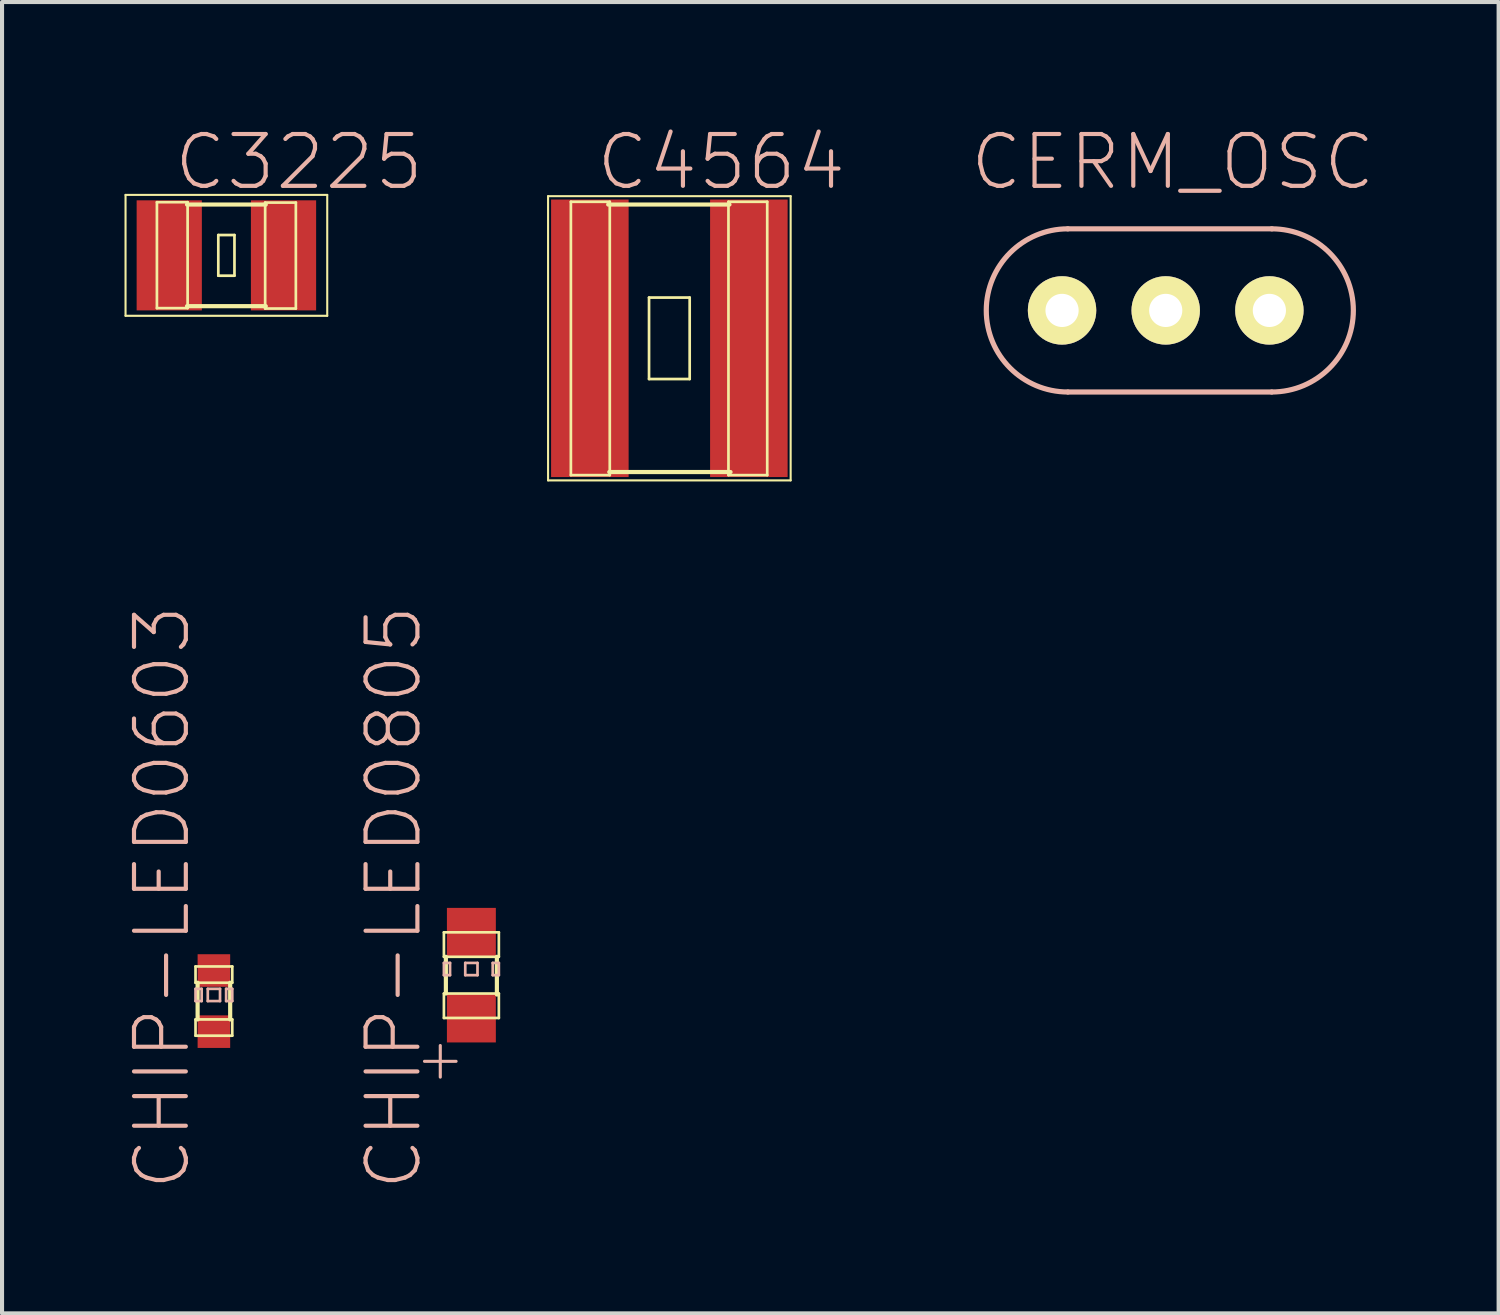
<source format=kicad_pcb>
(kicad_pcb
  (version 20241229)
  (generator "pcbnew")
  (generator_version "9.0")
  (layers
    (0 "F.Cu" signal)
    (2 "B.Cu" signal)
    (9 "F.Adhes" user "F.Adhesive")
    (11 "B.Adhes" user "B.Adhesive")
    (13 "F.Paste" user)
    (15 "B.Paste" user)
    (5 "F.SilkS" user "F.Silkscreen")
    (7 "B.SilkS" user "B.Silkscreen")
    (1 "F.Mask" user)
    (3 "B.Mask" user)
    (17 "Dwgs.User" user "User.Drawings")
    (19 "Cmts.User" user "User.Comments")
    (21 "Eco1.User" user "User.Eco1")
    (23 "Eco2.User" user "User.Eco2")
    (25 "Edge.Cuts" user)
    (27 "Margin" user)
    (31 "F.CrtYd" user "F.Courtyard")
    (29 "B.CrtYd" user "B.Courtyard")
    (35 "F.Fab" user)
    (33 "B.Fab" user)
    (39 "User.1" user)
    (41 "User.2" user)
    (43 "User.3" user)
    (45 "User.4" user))
  (footprint "CHIP-LED0805"
    (layer "F.Cu")
    (at 8.5 20.844)
    (property "Reference" "CHIP-LED0805" (at -1.905 -1.905 90) (layer "B.SilkS") (effects (font (size 1.27 1.27) (thickness 0.102))))
    (attr smd)
    (fp_line (start -0.673 -1.049) (end 0.673 -1.049) (stroke (width 0.066) (type solid)) (layer "F.SilkS"))
    (fp_line (start -0.673 -0.45) (end -0.673 -1.049) (stroke (width 0.066) (type solid)) (layer "F.SilkS"))
    (fp_line (start -0.673 -0.45) (end 0.673 -0.45) (stroke (width 0.066) (type solid)) (layer "F.SilkS"))
    (fp_line (start -0.673 0.45) (end 0.673 0.45) (stroke (width 0.066) (type solid)) (layer "F.SilkS"))
    (fp_line (start -0.673 1.049) (end -0.673 0.45) (stroke (width 0.066) (type solid)) (layer "F.SilkS"))
    (fp_line (start -0.673 1.049) (end 0.673 1.049) (stroke (width 0.066) (type solid)) (layer "F.SilkS"))
    (fp_line (start -0.625 -0.45) (end -0.625 0.45) (stroke (width 0.102) (type solid)) (layer "F.SilkS"))
    (fp_line (start 0.625 -0.45) (end 0.625 0.475) (stroke (width 0.102) (type solid)) (layer "F.SilkS"))
    (fp_line (start 0.673 -0.45) (end 0.673 -1.049) (stroke (width 0.066) (type solid)) (layer "F.SilkS"))
    (fp_line (start 0.673 1.049) (end 0.673 0.45) (stroke (width 0.066) (type solid)) (layer "F.SilkS"))
    (fp_line (start -0.673 -0.3) (end -0.523 -0.3) (stroke (width 0.066) (type solid)) (layer "B.SilkS"))
    (fp_line (start -0.673 0) (end -0.673 -0.3) (stroke (width 0.066) (type solid)) (layer "B.SilkS"))
    (fp_line (start -0.673 0) (end -0.523 0) (stroke (width 0.066) (type solid)) (layer "B.SilkS"))
    (fp_line (start -0.523 0) (end -0.523 -0.3) (stroke (width 0.066) (type solid)) (layer "B.SilkS"))
    (fp_line (start -0.15 -0.3) (end 0.15 -0.3) (stroke (width 0.066) (type solid)) (layer "B.SilkS"))
    (fp_line (start -0.15 0) (end -0.15 -0.3) (stroke (width 0.066) (type solid)) (layer "B.SilkS"))
    (fp_line (start -0.15 0) (end 0.15 0) (stroke (width 0.066) (type solid)) (layer "B.SilkS"))
    (fp_line (start 0.15 0) (end 0.15 -0.3) (stroke (width 0.066) (type solid)) (layer "B.SilkS"))
    (fp_line (start 0.523 -0.3) (end 0.673 -0.3) (stroke (width 0.066) (type solid)) (layer "B.SilkS"))
    (fp_line (start 0.523 0) (end 0.523 -0.3) (stroke (width 0.066) (type solid)) (layer "B.SilkS"))
    (fp_line (start 0.523 0) (end 0.673 0) (stroke (width 0.066) (type solid)) (layer "B.SilkS"))
    (fp_line (start 0.673 0) (end 0.673 -0.3) (stroke (width 0.066) (type solid)) (layer "B.SilkS"))
    (fp_text user "+" (at -0.762 2.032 0) (layer "B.SilkS") (effects (font (size 1.016 1.016) (thickness 0.076))))
    (pad "A" smd rect (at 0 1.049) (size 1.199 1.199) (layers "F.Cu" "F.Mask" "F.Paste"))
    (pad "C" smd rect (at 0 -1.049) (size 1.199 1.199) (layers "F.Cu" "F.Mask" "F.Paste")))
  (footprint "C3225"
    (layer "F.Cu")
    (at 2.497 3.207)
    (property "Reference" "C3225" (at 1.778 -2.286 0) (layer "B.SilkS") (effects (font (size 1.27 1.27) (thickness 0.102))))
    (attr smd)
    (fp_line (start -2.471 -1.481) (end 2.471 -1.481) (stroke (width 0.051) (type solid)) (layer "F.SilkS"))
    (fp_line (start -2.471 1.481) (end -2.471 -1.481) (stroke (width 0.051) (type solid)) (layer "F.SilkS"))
    (fp_line (start -1.702 -1.303) (end -0.95 -1.303) (stroke (width 0.066) (type solid)) (layer "F.SilkS"))
    (fp_line (start -1.702 1.293) (end -1.702 -1.303) (stroke (width 0.066) (type solid)) (layer "F.SilkS"))
    (fp_line (start -1.702 1.293) (end -0.95 1.293) (stroke (width 0.066) (type solid)) (layer "F.SilkS"))
    (fp_line (start -0.965 -1.245) (end 0.965 -1.245) (stroke (width 0.102) (type solid)) (layer "F.SilkS"))
    (fp_line (start -0.965 1.245) (end 0.965 1.245) (stroke (width 0.102) (type solid)) (layer "F.SilkS"))
    (fp_line (start -0.95 1.293) (end -0.95 -1.303) (stroke (width 0.066) (type solid)) (layer "F.SilkS"))
    (fp_line (start -0.198 -0.498) (end 0.198 -0.498) (stroke (width 0.066) (type solid)) (layer "F.SilkS"))
    (fp_line (start -0.198 0.498) (end -0.198 -0.498) (stroke (width 0.066) (type solid)) (layer "F.SilkS"))
    (fp_line (start -0.198 0.498) (end 0.198 0.498) (stroke (width 0.066) (type solid)) (layer "F.SilkS"))
    (fp_line (start 0.198 0.498) (end 0.198 -0.498) (stroke (width 0.066) (type solid)) (layer "F.SilkS"))
    (fp_line (start 0.95 -1.293) (end 1.702 -1.293) (stroke (width 0.066) (type solid)) (layer "F.SilkS"))
    (fp_line (start 0.95 1.303) (end 0.95 -1.293) (stroke (width 0.066) (type solid)) (layer "F.SilkS"))
    (fp_line (start 0.95 1.303) (end 1.702 1.303) (stroke (width 0.066) (type solid)) (layer "F.SilkS"))
    (fp_line (start 1.702 1.303) (end 1.702 -1.293) (stroke (width 0.066) (type solid)) (layer "F.SilkS"))
    (fp_line (start 2.471 -1.481) (end 2.471 1.481) (stroke (width 0.051) (type solid)) (layer "F.SilkS"))
    (fp_line (start 2.471 1.481) (end -2.471 1.481) (stroke (width 0.051) (type solid)) (layer "F.SilkS"))
    (pad "1" smd rect (at -1.4 0) (size 1.598 2.697) (layers "F.Cu" "F.Mask" "F.Paste"))
    (pad "2" smd rect (at 1.4 0) (size 1.598 2.697) (layers "F.Cu" "F.Mask" "F.Paste")))
  (footprint "CERM_OSC"
    (layer "F.Cu")
    (at 25.513 4.556)
    (property "Reference" "CERM_OSC" (at 0.173 -3.635 0) (layer "B.SilkS") (effects (font (size 1.27 1.27) (thickness 0.102))))
    (attr exclude_from_pos_files exclude_from_bom)
    (fp_line (start -2.398 -1.999) (end 2.598 -1.999) (stroke (width 0.127) (type solid)) (layer "B.SilkS"))
    (fp_line (start 2.598 1.999) (end -2.398 1.999) (stroke (width 0.127) (type solid)) (layer "B.SilkS"))
    (fp_arc (start -2.39776 1.99898) (mid -4.39674 0) (end -2.39776 -1.99898) (stroke (width 0.127) (type solid)) (layer "B.SilkS"))
    (fp_arc (start 2.59842 -1.99898) (mid 4.5974 0) (end 2.59842 1.99898) (stroke (width 0.127) (type solid)) (layer "B.SilkS"))
    (pad "P$1" thru_hole circle (at -2.54 0) (size 1.676 1.676) (drill 0.813) (layers "*.Cu" "F.Mask" "F.SilkS" "F.Paste"))
    (pad "P$2" thru_hole circle (at 0 0) (size 1.676 1.676) (drill 0.813) (layers "*.Cu" "F.Mask" "F.SilkS" "F.Paste"))
    (pad "P$3" thru_hole circle (at 2.54 0) (size 1.676 1.676) (drill 0.813) (layers "*.Cu" "F.Mask" "F.SilkS" "F.Paste")))
  (footprint "CHIP-LED0603"
    (layer "F.Cu")
    (at 2.191 21.479)
    (property "Reference" "CHIP-LED0603" (at -1.27 -2.54 90) (layer "B.SilkS") (effects (font (size 1.27 1.27) (thickness 0.102))))
    (attr smd)
    (fp_line (start -0.45 -0.848) (end 0.45 -0.848) (stroke (width 0.066) (type solid)) (layer "F.SilkS"))
    (fp_line (start -0.45 -0.45) (end -0.45 -0.848) (stroke (width 0.066) (type solid)) (layer "F.SilkS"))
    (fp_line (start -0.45 -0.45) (end 0.45 -0.45) (stroke (width 0.066) (type solid)) (layer "F.SilkS"))
    (fp_line (start -0.45 0.45) (end 0.45 0.45) (stroke (width 0.066) (type solid)) (layer "F.SilkS"))
    (fp_line (start -0.45 0.848) (end -0.45 0.45) (stroke (width 0.066) (type solid)) (layer "F.SilkS"))
    (fp_line (start -0.45 0.848) (end 0.45 0.848) (stroke (width 0.066) (type solid)) (layer "F.SilkS"))
    (fp_line (start -0.399 -0.45) (end -0.399 0.45) (stroke (width 0.102) (type solid)) (layer "F.SilkS"))
    (fp_line (start 0.399 -0.45) (end 0.399 0.45) (stroke (width 0.102) (type solid)) (layer "F.SilkS"))
    (fp_line (start 0.45 -0.45) (end 0.45 -0.848) (stroke (width 0.066) (type solid)) (layer "F.SilkS"))
    (fp_line (start 0.45 0.848) (end 0.45 0.45) (stroke (width 0.066) (type solid)) (layer "F.SilkS"))
    (fp_line (start -0.45 -0.3) (end -0.3 -0.3) (stroke (width 0.066) (type solid)) (layer "B.SilkS"))
    (fp_line (start -0.45 0) (end -0.45 -0.3) (stroke (width 0.066) (type solid)) (layer "B.SilkS"))
    (fp_line (start -0.45 0) (end -0.3 0) (stroke (width 0.066) (type solid)) (layer "B.SilkS"))
    (fp_line (start -0.3 0) (end -0.3 -0.3) (stroke (width 0.066) (type solid)) (layer "B.SilkS"))
    (fp_line (start -0.15 -0.3) (end 0.15 -0.3) (stroke (width 0.066) (type solid)) (layer "B.SilkS"))
    (fp_line (start -0.15 0) (end -0.15 -0.3) (stroke (width 0.066) (type solid)) (layer "B.SilkS"))
    (fp_line (start -0.15 0) (end 0.15 0) (stroke (width 0.066) (type solid)) (layer "B.SilkS"))
    (fp_line (start 0.15 0) (end 0.15 -0.3) (stroke (width 0.066) (type solid)) (layer "B.SilkS"))
    (fp_line (start 0.3 -0.3) (end 0.45 -0.3) (stroke (width 0.066) (type solid)) (layer "B.SilkS"))
    (fp_line (start 0.3 0) (end 0.3 -0.3) (stroke (width 0.066) (type solid)) (layer "B.SilkS"))
    (fp_line (start 0.3 0) (end 0.45 0) (stroke (width 0.066) (type solid)) (layer "B.SilkS"))
    (fp_line (start 0.45 0) (end 0.45 -0.3) (stroke (width 0.066) (type solid)) (layer "B.SilkS"))
    (pad "A" smd rect (at 0 0.749) (size 0.798 0.798) (layers "F.Cu" "F.Mask" "F.Paste"))
    (pad "C" smd rect (at 0 -0.749) (size 0.798 0.798) (layers "F.Cu" "F.Mask" "F.Paste")))
  (footprint "C4564"
    (layer "F.Cu")
    (at 13.351 5.239)
    (property "Reference" "C4564" (at 1.27 -4.318 0) (layer "B.SilkS") (effects (font (size 1.27 1.27) (thickness 0.102))))
    (attr smd)
    (fp_line (start -2.972 -3.482) (end 2.972 -3.482) (stroke (width 0.051) (type solid)) (layer "F.SilkS"))
    (fp_line (start -2.972 3.482) (end -2.972 -3.482) (stroke (width 0.051) (type solid)) (layer "F.SilkS"))
    (fp_line (start -2.413 -3.345) (end -1.46 -3.345) (stroke (width 0.066) (type solid)) (layer "F.SilkS"))
    (fp_line (start -2.413 3.353) (end -2.413 -3.345) (stroke (width 0.066) (type solid)) (layer "F.SilkS"))
    (fp_line (start -2.413 3.353) (end -1.46 3.353) (stroke (width 0.066) (type solid)) (layer "F.SilkS"))
    (fp_line (start -1.499 -3.277) (end 1.473 -3.277) (stroke (width 0.102) (type solid)) (layer "F.SilkS"))
    (fp_line (start -1.473 3.277) (end 1.499 3.277) (stroke (width 0.102) (type solid)) (layer "F.SilkS"))
    (fp_line (start -1.46 3.353) (end -1.46 -3.345) (stroke (width 0.066) (type solid)) (layer "F.SilkS"))
    (fp_line (start -0.498 -0.998) (end 0.498 -0.998) (stroke (width 0.066) (type solid)) (layer "F.SilkS"))
    (fp_line (start -0.498 0.998) (end -0.498 -0.998) (stroke (width 0.066) (type solid)) (layer "F.SilkS"))
    (fp_line (start -0.498 0.998) (end 0.498 0.998) (stroke (width 0.066) (type solid)) (layer "F.SilkS"))
    (fp_line (start 0.498 0.998) (end 0.498 -0.998) (stroke (width 0.066) (type solid)) (layer "F.SilkS"))
    (fp_line (start 1.448 -3.345) (end 2.398 -3.345) (stroke (width 0.066) (type solid)) (layer "F.SilkS"))
    (fp_line (start 1.448 3.353) (end 1.448 -3.345) (stroke (width 0.066) (type solid)) (layer "F.SilkS"))
    (fp_line (start 1.448 3.353) (end 2.398 3.353) (stroke (width 0.066) (type solid)) (layer "F.SilkS"))
    (fp_line (start 2.398 3.353) (end 2.398 -3.345) (stroke (width 0.066) (type solid)) (layer "F.SilkS"))
    (fp_line (start 2.972 -3.482) (end 2.972 3.482) (stroke (width 0.051) (type solid)) (layer "F.SilkS"))
    (fp_line (start 2.972 3.482) (end -2.972 3.482) (stroke (width 0.051) (type solid)) (layer "F.SilkS"))
    (pad "1" smd rect (at -1.948 0) (size 1.9 6.8) (layers "F.Cu" "F.Mask" "F.Paste"))
    (pad "2" smd rect (at 1.948 0) (size 1.9 6.8) (layers "F.Cu" "F.Mask" "F.Paste")))
  (gr_rect
    (start -3 -3)
    (end 33.67 29.131)
    (stroke (width 0.1) (type default))
    (fill no)
    (layer "Edge.Cuts")))
</source>
